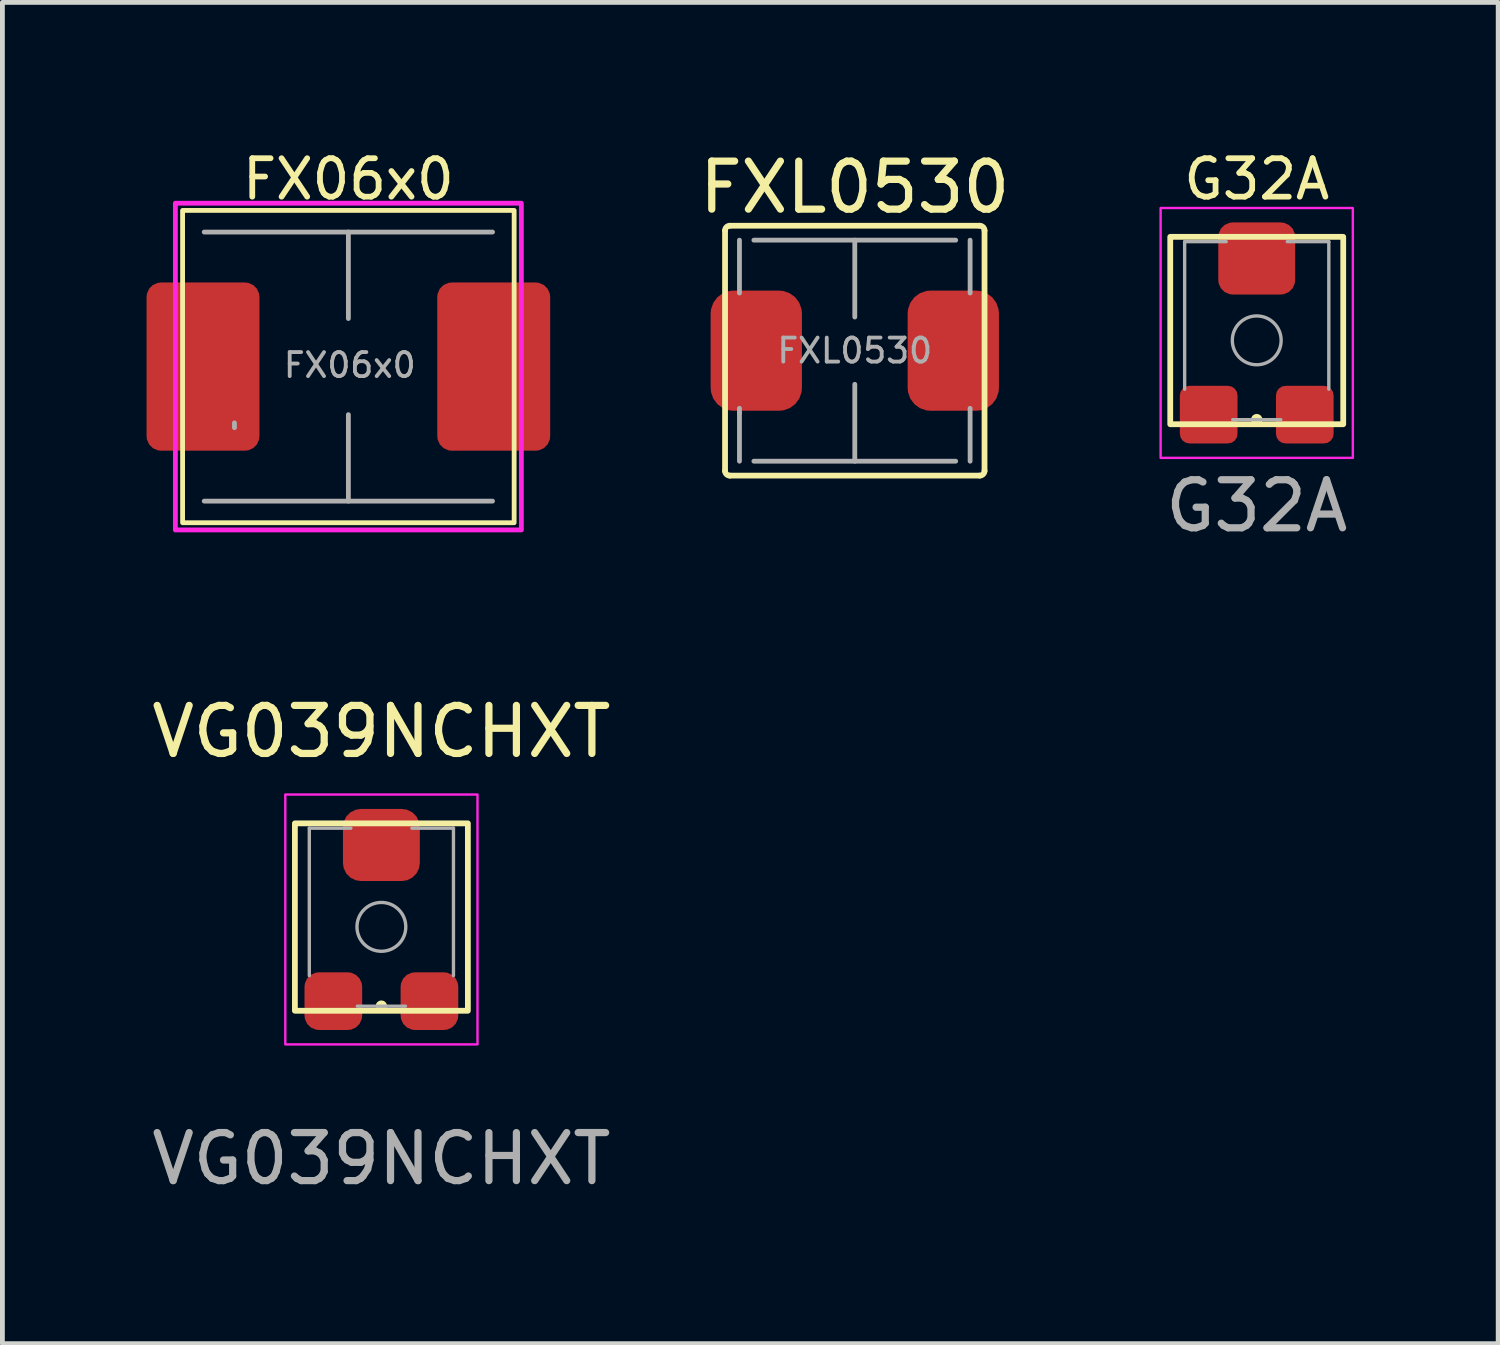
<source format=kicad_pcb>
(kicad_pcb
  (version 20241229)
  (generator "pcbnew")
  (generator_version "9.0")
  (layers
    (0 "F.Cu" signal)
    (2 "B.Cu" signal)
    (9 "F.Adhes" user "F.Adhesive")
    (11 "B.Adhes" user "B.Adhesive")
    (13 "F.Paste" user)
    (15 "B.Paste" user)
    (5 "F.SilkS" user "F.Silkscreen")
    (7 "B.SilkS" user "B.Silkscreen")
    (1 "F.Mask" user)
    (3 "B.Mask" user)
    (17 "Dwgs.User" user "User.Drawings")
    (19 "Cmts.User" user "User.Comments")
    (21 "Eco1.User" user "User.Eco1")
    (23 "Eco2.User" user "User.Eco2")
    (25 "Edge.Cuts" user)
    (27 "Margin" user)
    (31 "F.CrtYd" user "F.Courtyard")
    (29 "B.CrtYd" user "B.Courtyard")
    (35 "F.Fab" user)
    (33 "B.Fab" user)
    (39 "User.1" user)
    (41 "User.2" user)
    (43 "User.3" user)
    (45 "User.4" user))
  (footprint "G32A"
    (layer "F.Cu")
    (at 23.104 3.979)
    (property "Reference" "G32A" (at 0 -3.3 0) (unlocked yes) (layer "F.SilkS") (effects (font (size 0.8 0.8) (thickness 0.12))))
    (attr smd)
    (fp_rect (start -1.8 -2.1) (end 1.8 1.8) (stroke (width 0.12) (type solid)) (fill no) (layer "F.SilkS"))
    (fp_circle (center 0 1.705) (end 0 1.705) (stroke (width 0.12) (type solid)) (fill no) (layer "F.SilkS"))
    (fp_rect (start -2 -2.7) (end 2 2.5) (stroke (width 0.05) (type solid)) (fill no) (layer "F.CrtYd"))
    (fp_line (start -1.5 -2) (end -0.635 -2) (stroke (width 0.07) (type solid)) (layer "F.Fab"))
    (fp_line (start -1.5 1.07) (end -1.5 -2) (stroke (width 0.07) (type solid)) (layer "F.Fab"))
    (fp_line (start -0.5 1.705) (end 0.5 1.705) (stroke (width 0.07) (type solid)) (layer "F.Fab"))
    (fp_line (start 0.635 -2) (end 1.5 -2) (stroke (width 0.07) (type solid)) (layer "F.Fab"))
    (fp_line (start 1.5 -2) (end 1.5 1.07) (stroke (width 0.07) (type solid)) (layer "F.Fab"))
    (fp_circle (center 0 0.054) (end 0.508 0.054) (stroke (width 0.07) (type solid)) (fill no) (layer "F.Fab"))
    (fp_text user "${REFERENCE}" (at 0 3.5 0) (unlocked yes) (layer "F.Fab") (effects (font (size 1 1) (thickness 0.15))))
    (pad "1" smd roundrect (at 0 -1.65) (size 1.6 1.5) (layers "F.Cu" "F.Mask" "F.Paste") (roundrect_rratio 0.2))
    (pad "2" smd roundrect (at -1 1.6) (size 1.2 1.2) (layers "F.Cu" "F.Mask" "F.Paste") (roundrect_rratio 0.167))
    (pad "3" smd roundrect (at 1 1.6) (size 1.2 1.2) (layers "F.Cu" "F.Mask" "F.Paste") (roundrect_rratio 0.167)))
  (footprint "FX06x0"
    (layer "F.Cu")
    (at 4.2 4.579)
    (property "Reference" "FX06x0" (at 0 -3.9 0) (unlocked yes) (layer "F.SilkS") (effects (font (size 0.8 0.8) (thickness 0.12))))
    (attr smd)
    (fp_rect (start -3.45 -3.25) (end 3.45 3.25) (stroke (width 0.1) (type default)) (fill no) (layer "F.SilkS"))
    (fp_rect (start -3.6 3.4) (end 3.6 -3.4) (stroke (width 0.1) (type default)) (fill no) (layer "F.CrtYd"))
    (fp_line (start -3 -2.8) (end 3 -2.8) (stroke (width 0.1) (type solid)) (layer "F.Fab"))
    (fp_line (start -3 2.8) (end 3 2.8) (stroke (width 0.1) (type solid)) (layer "F.Fab"))
    (fp_line (start -2.371 1.271) (end -2.371 1.171) (stroke (width 0.1) (type solid)) (layer "F.Fab"))
    (fp_line (start 0 -2.8) (end 0 -1) (stroke (width 0.1) (type solid)) (layer "F.Fab"))
    (fp_line (start 0 1) (end 0 2.8) (stroke (width 0.1) (type solid)) (layer "F.Fab"))
    (fp_text user "${REFERENCE}" (at 0.029 -0.029 0) (unlocked yes) (layer "F.Fab") (effects (font (size 0.5 0.5) (thickness 0.08))))
    (pad "1" smd roundrect (at -3.025 0) (size 2.35 3.5) (layers "F.Cu" "F.Mask" "F.Paste") (roundrect_rratio 0.128))
    (pad "2" smd roundrect (at 3.025 0) (size 2.35 3.5) (layers "F.Cu" "F.Mask" "F.Paste") (roundrect_rratio 0.128)))
  (footprint "FXL0530"
    (layer "F.Cu")
    (at 14.739 4.248)
    (property "Reference" "FXL0530" (at 0 -3.4 0) (unlocked yes) (layer "F.SilkS") (effects (font (size 1 1) (thickness 0.15))))
    (attr smd)
    (fp_line (start -2.7 -2.5) (end -2.7 2.5) (stroke (width 0.12) (type solid)) (layer "F.SilkS"))
    (fp_line (start -2.6 2.6) (end 2.6 2.6) (stroke (width 0.12) (type solid)) (layer "F.SilkS"))
    (fp_line (start 2.6 -2.6) (end -2.6 -2.6) (stroke (width 0.12) (type solid)) (layer "F.SilkS"))
    (fp_line (start 2.7 2.5) (end 2.7 -2.5) (stroke (width 0.12) (type solid)) (layer "F.SilkS"))
    (fp_arc (start -2.7 -2.5) (mid -2.670711 -2.570711) (end -2.6 -2.6) (stroke (width 0.12) (type solid)) (layer "F.SilkS"))
    (fp_arc (start -2.6 2.6) (mid -2.670711 2.570711) (end -2.7 2.5) (stroke (width 0.12) (type solid)) (layer "F.SilkS"))
    (fp_arc (start 2.6 -2.6) (mid 2.670711 -2.570711) (end 2.7 -2.5) (stroke (width 0.12) (type solid)) (layer "F.SilkS"))
    (fp_arc (start 2.7 2.5) (mid 2.670711 2.570711) (end 2.6 2.6) (stroke (width 0.12) (type solid)) (layer "F.SilkS"))
    (fp_line (start -2.4 -2.3) (end -2.4 -1.2) (stroke (width 0.1) (type solid)) (layer "F.Fab"))
    (fp_line (start -2.4 1.3) (end -2.4 1.2) (stroke (width 0.1) (type solid)) (layer "F.Fab"))
    (fp_line (start -2.4 1.3) (end -2.4 2.3) (stroke (width 0.1) (type solid)) (layer "F.Fab"))
    (fp_line (start -2.1 -2.3) (end 2.1 -2.3) (stroke (width 0.1) (type solid)) (layer "F.Fab"))
    (fp_line (start -2.1 2.3) (end 2.1 2.3) (stroke (width 0.1) (type solid)) (layer "F.Fab"))
    (fp_line (start 0 -2.3) (end 0 -0.7) (stroke (width 0.1) (type solid)) (layer "F.Fab"))
    (fp_line (start 0 0.7) (end 0 2.3) (stroke (width 0.1) (type solid)) (layer "F.Fab"))
    (fp_line (start 2.4 -1.2) (end 2.4 -2.3) (stroke (width 0.1) (type solid)) (layer "F.Fab"))
    (fp_line (start 2.4 1.2) (end 2.4 2.3) (stroke (width 0.1) (type solid)) (layer "F.Fab"))
    (fp_text user "${REFERENCE}" (at 0 0 0) (unlocked yes) (layer "F.Fab") (effects (font (size 0.5 0.5) (thickness 0.08))))
    (pad "1" smd roundrect (at -2.05 0) (size 1.9 2.5) (layers "F.Cu" "F.Mask" "F.Paste") (roundrect_rratio 0.25))
    (pad "2" smd roundrect (at 2.05 0) (size 1.9 2.5) (layers "F.Cu" "F.Mask" "F.Paste") (roundrect_rratio 0.25)))
  (footprint "VG039NCHXT"
    (layer "F.Cu")
    (at 4.887 15.985)
    (property "Reference" "VG039NCHXT" (at 0 -3.81 0) (unlocked yes) (layer "F.SilkS") (effects (font (size 1 1) (thickness 0.15))))
    (attr smd)
    (fp_rect (start -1.8 -1.9) (end 1.8 2) (stroke (width 0.12) (type solid)) (fill no) (layer "F.SilkS"))
    (fp_circle (center 0 1.905) (end 0 1.905) (stroke (width 0.12) (type solid)) (fill no) (layer "F.SilkS"))
    (fp_rect (start -2 -2.5) (end 2 2.7) (stroke (width 0.05) (type solid)) (fill no) (layer "F.CrtYd"))
    (fp_line (start -1.5 -1.8) (end -0.635 -1.8) (stroke (width 0.07) (type solid)) (layer "F.Fab"))
    (fp_line (start -1.5 1.27) (end -1.5 -1.8) (stroke (width 0.07) (type solid)) (layer "F.Fab"))
    (fp_line (start -0.5 1.905) (end 0.5 1.905) (stroke (width 0.07) (type solid)) (layer "F.Fab"))
    (fp_line (start 0.635 -1.8) (end 1.5 -1.8) (stroke (width 0.07) (type solid)) (layer "F.Fab"))
    (fp_line (start 1.5 -1.8) (end 1.5 1.27) (stroke (width 0.07) (type solid)) (layer "F.Fab"))
    (fp_circle (center 0 0.254) (end 0.508 0.254) (stroke (width 0.07) (type solid)) (fill no) (layer "F.Fab"))
    (fp_text user "${REFERENCE}" (at 0 5.08 0) (unlocked yes) (layer "F.Fab") (effects (font (size 1 1) (thickness 0.15))))
    (pad "1" smd roundrect (at 0 -1.45) (size 1.6 1.5) (layers "F.Cu" "F.Mask" "F.Paste") (roundrect_rratio 0.25))
    (pad "2" smd roundrect (at -1 1.8) (size 1.2 1.2) (layers "F.Cu" "F.Mask" "F.Paste") (roundrect_rratio 0.25))
    (pad "3" smd roundrect (at 1 1.8) (size 1.2 1.2) (layers "F.Cu" "F.Mask" "F.Paste") (roundrect_rratio 0.25)))
  (gr_rect
    (start -3 -3)
    (end 28.129 24.913)
    (stroke (width 0.1) (type default))
    (fill no)
    (layer "Edge.Cuts")))
</source>
